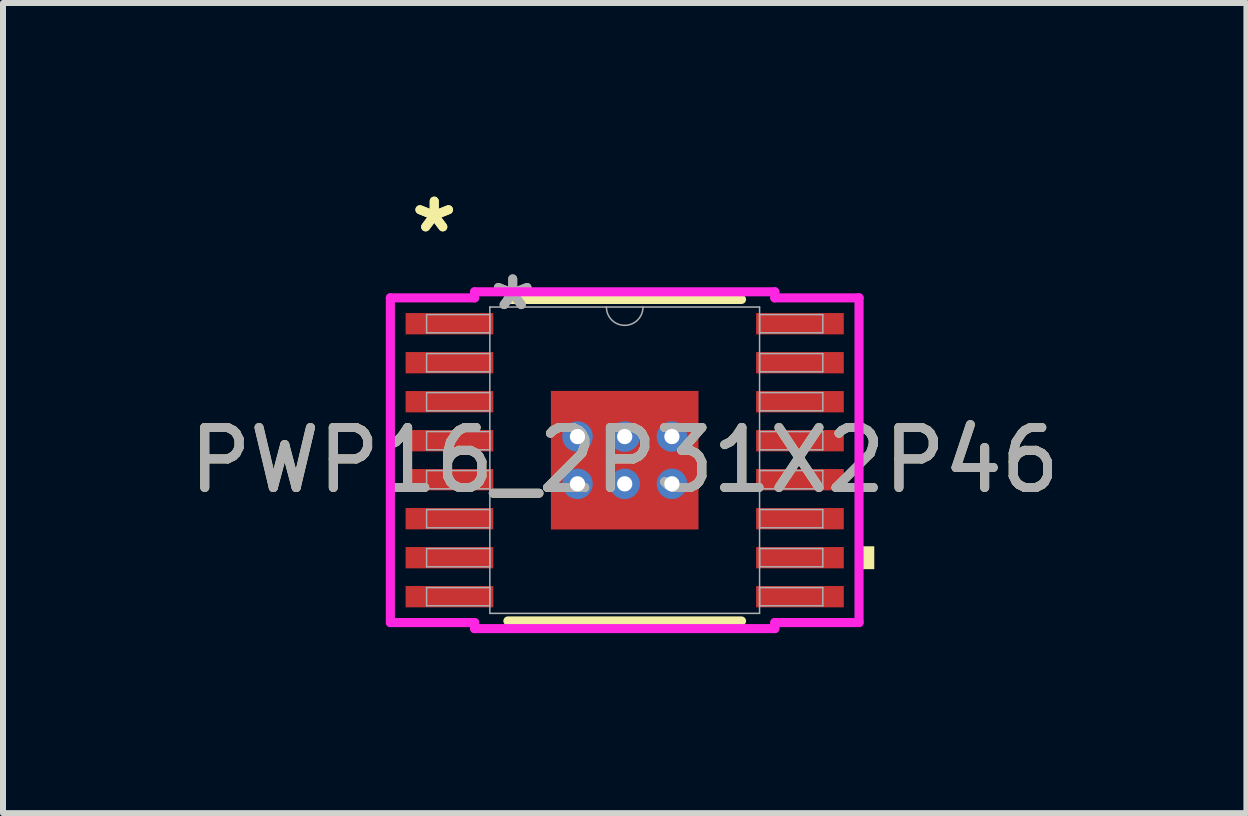
<source format=kicad_pcb>
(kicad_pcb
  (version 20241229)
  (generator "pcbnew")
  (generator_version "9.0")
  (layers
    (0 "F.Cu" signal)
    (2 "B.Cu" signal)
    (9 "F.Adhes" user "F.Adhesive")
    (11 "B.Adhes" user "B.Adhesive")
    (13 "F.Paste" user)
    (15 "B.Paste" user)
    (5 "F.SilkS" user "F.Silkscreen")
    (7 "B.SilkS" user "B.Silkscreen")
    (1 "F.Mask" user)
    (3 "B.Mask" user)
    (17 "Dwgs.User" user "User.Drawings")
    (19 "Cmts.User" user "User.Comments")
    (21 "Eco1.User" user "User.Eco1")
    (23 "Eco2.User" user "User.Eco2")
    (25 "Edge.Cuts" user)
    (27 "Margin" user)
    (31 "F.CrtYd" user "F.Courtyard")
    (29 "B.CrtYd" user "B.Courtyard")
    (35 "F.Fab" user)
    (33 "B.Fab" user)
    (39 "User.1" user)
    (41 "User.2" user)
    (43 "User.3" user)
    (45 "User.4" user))
  (footprint "PWP16_2P31X2P46"
    (layer "F.Cu")
    (at 7.363 4.621)
    (property "Reference" "PWP16_2P31X2P46" (at 0 0 0) (unlocked yes) (layer "F.SilkS") (effects (font (size 1 1) (thickness 0.15))))
    (attr smd)
    (fp_poly (pts (xy -1.294 -1.218) (xy -0.987 -1.218) (xy -0.987 1.218) (xy -1.294 1.218)) (stroke (width 0) (type solid)) (fill yes) (layer "F.Mask"))
    (fp_poly (pts (xy -1.294 -1.218) (xy 1.294 -1.218) (xy 1.294 -0.594) (xy -1.294 -0.594)) (stroke (width 0) (type solid)) (fill yes) (layer "F.Mask"))
    (fp_poly (pts (xy -1.294 -0.194) (xy 1.294 -0.194) (xy 1.294 0.194) (xy -1.294 0.194)) (stroke (width 0) (type solid)) (fill yes) (layer "F.Mask"))
    (fp_poly (pts (xy -1.294 0.594) (xy 1.294 0.594) (xy 1.294 1.218) (xy -1.294 1.218)) (stroke (width 0) (type solid)) (fill yes) (layer "F.Mask"))
    (fp_poly (pts (xy -0.2 -1.218) (xy -0.587 -1.218) (xy -0.587 1.218) (xy -0.2 1.218)) (stroke (width 0) (type solid)) (fill yes) (layer "F.Mask"))
    (fp_poly (pts (xy 0.587 -1.218) (xy 0.2 -1.218) (xy 0.2 1.218) (xy 0.587 1.218)) (stroke (width 0) (type solid)) (fill yes) (layer "F.Mask"))
    (fp_poly (pts (xy 0.987 -1.218) (xy 1.294 -1.218) (xy 1.294 1.218) (xy 0.987 1.218)) (stroke (width 0) (type solid)) (fill yes) (layer "F.Mask"))
    (fp_line (start -1.947 2.68) (end 1.947 2.68) (stroke (width 0.152) (type solid)) (layer "F.SilkS"))
    (fp_line (start 1.947 -2.68) (end -1.947 -2.68) (stroke (width 0.152) (type solid)) (layer "F.SilkS"))
    (fp_poly (pts (xy 4.16 1.435) (xy 4.16 1.816) (xy 3.906 1.816) (xy 3.906 1.435)) (stroke (width 0) (type solid)) (fill yes) (layer "F.SilkS"))
    (fp_poly (pts (xy -1.155 -1.08) (xy -1.155 -0.494) (xy -1.029 -0.494) (xy -0.887 -0.635) (xy -0.887 -1.08)) (stroke (width 0) (type solid)) (fill yes) (layer "F.Paste"))
    (fp_poly (pts (xy -1.155 0.494) (xy -1.155 1.08) (xy -0.887 1.08) (xy -0.887 0.635) (xy -1.029 0.494)) (stroke (width 0) (type solid)) (fill yes) (layer "F.Paste"))
    (fp_poly (pts (xy 0.887 -1.08) (xy 0.887 -0.635) (xy 1.029 -0.494) (xy 1.155 -0.494) (xy 1.155 -1.08)) (stroke (width 0) (type solid)) (fill yes) (layer "F.Paste"))
    (fp_poly (pts (xy 1.029 0.494) (xy 0.887 0.635) (xy 0.887 1.08) (xy 1.155 1.08) (xy 1.155 0.494)) (stroke (width 0) (type solid)) (fill yes) (layer "F.Paste"))
    (fp_poly (pts (xy -1.155 -0.294) (xy -1.155 0.294) (xy -1.029 0.294) (xy -0.887 0.152) (xy -0.887 -0.152) (xy -1.029 -0.294)) (stroke (width 0) (type solid)) (fill yes) (layer "F.Paste"))
    (fp_poly (pts (xy -0.687 -1.08) (xy -0.687 -0.635) (xy -0.546 -0.494) (xy -0.241 -0.494) (xy -0.1 -0.635) (xy -0.1 -1.08)) (stroke (width 0) (type solid)) (fill yes) (layer "F.Paste"))
    (fp_poly (pts (xy -0.546 0.494) (xy -0.687 0.635) (xy -0.687 1.08) (xy -0.1 1.08) (xy -0.1 0.635) (xy -0.241 0.494)) (stroke (width 0) (type solid)) (fill yes) (layer "F.Paste"))
    (fp_poly (pts (xy 0.1 -1.08) (xy 0.1 -0.635) (xy 0.241 -0.494) (xy 0.546 -0.494) (xy 0.687 -0.635) (xy 0.687 -1.08)) (stroke (width 0) (type solid)) (fill yes) (layer "F.Paste"))
    (fp_poly (pts (xy 0.241 0.494) (xy 0.1 0.635) (xy 0.1 1.08) (xy 0.687 1.08) (xy 0.687 0.635) (xy 0.546 0.494)) (stroke (width 0) (type solid)) (fill yes) (layer "F.Paste"))
    (fp_poly (pts (xy 1.029 -0.294) (xy 0.887 -0.152) (xy 0.887 0.152) (xy 1.029 0.294) (xy 1.155 0.294) (xy 1.155 -0.294)) (stroke (width 0) (type solid)) (fill yes) (layer "F.Paste"))
    (fp_poly (pts (xy -0.546 -0.294) (xy -0.687 -0.152) (xy -0.687 0.152) (xy -0.546 0.294) (xy -0.241 0.294) (xy -0.1 0.152) (xy -0.1 -0.152) (xy -0.241 -0.294)) (stroke (width 0) (type solid)) (fill yes) (layer "F.Paste"))
    (fp_poly (pts (xy 0.241 -0.294) (xy 0.1 -0.152) (xy 0.1 0.152) (xy 0.241 0.294) (xy 0.546 0.294) (xy 0.687 0.152) (xy 0.687 -0.152) (xy 0.546 -0.294)) (stroke (width 0) (type solid)) (fill yes) (layer "F.Paste"))
    (fp_line (start -3.906 -2.706) (end -2.502 -2.706) (stroke (width 0.152) (type solid)) (layer "F.CrtYd"))
    (fp_line (start -3.906 2.706) (end -3.906 -2.706) (stroke (width 0.152) (type solid)) (layer "F.CrtYd"))
    (fp_line (start -3.906 2.706) (end -2.502 2.706) (stroke (width 0.152) (type solid)) (layer "F.CrtYd"))
    (fp_line (start -2.502 -2.807) (end 2.502 -2.807) (stroke (width 0.152) (type solid)) (layer "F.CrtYd"))
    (fp_line (start -2.502 -2.706) (end -2.502 -2.807) (stroke (width 0.152) (type solid)) (layer "F.CrtYd"))
    (fp_line (start -2.502 2.807) (end -2.502 2.706) (stroke (width 0.152) (type solid)) (layer "F.CrtYd"))
    (fp_line (start 2.502 -2.807) (end 2.502 -2.706) (stroke (width 0.152) (type solid)) (layer "F.CrtYd"))
    (fp_line (start 2.502 2.706) (end 2.502 2.807) (stroke (width 0.152) (type solid)) (layer "F.CrtYd"))
    (fp_line (start 2.502 2.807) (end -2.502 2.807) (stroke (width 0.152) (type solid)) (layer "F.CrtYd"))
    (fp_line (start 3.906 -2.706) (end 2.502 -2.706) (stroke (width 0.152) (type solid)) (layer "F.CrtYd"))
    (fp_line (start 3.906 -2.706) (end 3.906 2.706) (stroke (width 0.152) (type solid)) (layer "F.CrtYd"))
    (fp_line (start 3.906 2.706) (end 2.502 2.706) (stroke (width 0.152) (type solid)) (layer "F.CrtYd"))
    (fp_line (start -3.302 -2.427) (end -3.302 -2.123) (stroke (width 0.025) (type solid)) (layer "F.Fab"))
    (fp_line (start -3.302 -2.123) (end -2.248 -2.123) (stroke (width 0.025) (type solid)) (layer "F.Fab"))
    (fp_line (start -3.302 -1.777) (end -3.302 -1.473) (stroke (width 0.025) (type solid)) (layer "F.Fab"))
    (fp_line (start -3.302 -1.473) (end -2.248 -1.473) (stroke (width 0.025) (type solid)) (layer "F.Fab"))
    (fp_line (start -3.302 -1.127) (end -3.302 -0.823) (stroke (width 0.025) (type solid)) (layer "F.Fab"))
    (fp_line (start -3.302 -0.823) (end -2.248 -0.823) (stroke (width 0.025) (type solid)) (layer "F.Fab"))
    (fp_line (start -3.302 -0.477) (end -3.302 -0.173) (stroke (width 0.025) (type solid)) (layer "F.Fab"))
    (fp_line (start -3.302 -0.173) (end -2.248 -0.173) (stroke (width 0.025) (type solid)) (layer "F.Fab"))
    (fp_line (start -3.302 0.173) (end -3.302 0.477) (stroke (width 0.025) (type solid)) (layer "F.Fab"))
    (fp_line (start -3.302 0.477) (end -2.248 0.477) (stroke (width 0.025) (type solid)) (layer "F.Fab"))
    (fp_line (start -3.302 0.823) (end -3.302 1.127) (stroke (width 0.025) (type solid)) (layer "F.Fab"))
    (fp_line (start -3.302 1.127) (end -2.248 1.127) (stroke (width 0.025) (type solid)) (layer "F.Fab"))
    (fp_line (start -3.302 1.473) (end -3.302 1.777) (stroke (width 0.025) (type solid)) (layer "F.Fab"))
    (fp_line (start -3.302 1.777) (end -2.248 1.777) (stroke (width 0.025) (type solid)) (layer "F.Fab"))
    (fp_line (start -3.302 2.123) (end -3.302 2.427) (stroke (width 0.025) (type solid)) (layer "F.Fab"))
    (fp_line (start -3.302 2.427) (end -2.248 2.427) (stroke (width 0.025) (type solid)) (layer "F.Fab"))
    (fp_line (start -2.248 -2.553) (end -2.248 2.553) (stroke (width 0.025) (type solid)) (layer "F.Fab"))
    (fp_line (start -2.248 -2.427) (end -3.302 -2.427) (stroke (width 0.025) (type solid)) (layer "F.Fab"))
    (fp_line (start -2.248 -2.123) (end -2.248 -2.427) (stroke (width 0.025) (type solid)) (layer "F.Fab"))
    (fp_line (start -2.248 -1.777) (end -3.302 -1.777) (stroke (width 0.025) (type solid)) (layer "F.Fab"))
    (fp_line (start -2.248 -1.473) (end -2.248 -1.777) (stroke (width 0.025) (type solid)) (layer "F.Fab"))
    (fp_line (start -2.248 -1.127) (end -3.302 -1.127) (stroke (width 0.025) (type solid)) (layer "F.Fab"))
    (fp_line (start -2.248 -0.823) (end -2.248 -1.127) (stroke (width 0.025) (type solid)) (layer "F.Fab"))
    (fp_line (start -2.248 -0.477) (end -3.302 -0.477) (stroke (width 0.025) (type solid)) (layer "F.Fab"))
    (fp_line (start -2.248 -0.173) (end -2.248 -0.477) (stroke (width 0.025) (type solid)) (layer "F.Fab"))
    (fp_line (start -2.248 0.173) (end -3.302 0.173) (stroke (width 0.025) (type solid)) (layer "F.Fab"))
    (fp_line (start -2.248 0.477) (end -2.248 0.173) (stroke (width 0.025) (type solid)) (layer "F.Fab"))
    (fp_line (start -2.248 0.823) (end -3.302 0.823) (stroke (width 0.025) (type solid)) (layer "F.Fab"))
    (fp_line (start -2.248 1.127) (end -2.248 0.823) (stroke (width 0.025) (type solid)) (layer "F.Fab"))
    (fp_line (start -2.248 1.473) (end -3.302 1.473) (stroke (width 0.025) (type solid)) (layer "F.Fab"))
    (fp_line (start -2.248 1.777) (end -2.248 1.473) (stroke (width 0.025) (type solid)) (layer "F.Fab"))
    (fp_line (start -2.248 2.123) (end -3.302 2.123) (stroke (width 0.025) (type solid)) (layer "F.Fab"))
    (fp_line (start -2.248 2.427) (end -2.248 2.123) (stroke (width 0.025) (type solid)) (layer "F.Fab"))
    (fp_line (start -2.248 2.553) (end 2.248 2.553) (stroke (width 0.025) (type solid)) (layer "F.Fab"))
    (fp_line (start 2.248 -2.553) (end -2.248 -2.553) (stroke (width 0.025) (type solid)) (layer "F.Fab"))
    (fp_line (start 2.248 -2.427) (end 2.248 -2.123) (stroke (width 0.025) (type solid)) (layer "F.Fab"))
    (fp_line (start 2.248 -2.123) (end 3.302 -2.123) (stroke (width 0.025) (type solid)) (layer "F.Fab"))
    (fp_line (start 2.248 -1.777) (end 2.248 -1.473) (stroke (width 0.025) (type solid)) (layer "F.Fab"))
    (fp_line (start 2.248 -1.473) (end 3.302 -1.473) (stroke (width 0.025) (type solid)) (layer "F.Fab"))
    (fp_line (start 2.248 -1.127) (end 2.248 -0.823) (stroke (width 0.025) (type solid)) (layer "F.Fab"))
    (fp_line (start 2.248 -0.823) (end 3.302 -0.823) (stroke (width 0.025) (type solid)) (layer "F.Fab"))
    (fp_line (start 2.248 -0.477) (end 2.248 -0.173) (stroke (width 0.025) (type solid)) (layer "F.Fab"))
    (fp_line (start 2.248 -0.173) (end 3.302 -0.173) (stroke (width 0.025) (type solid)) (layer "F.Fab"))
    (fp_line (start 2.248 0.173) (end 2.248 0.477) (stroke (width 0.025) (type solid)) (layer "F.Fab"))
    (fp_line (start 2.248 0.477) (end 3.302 0.477) (stroke (width 0.025) (type solid)) (layer "F.Fab"))
    (fp_line (start 2.248 0.823) (end 2.248 1.127) (stroke (width 0.025) (type solid)) (layer "F.Fab"))
    (fp_line (start 2.248 1.127) (end 3.302 1.127) (stroke (width 0.025) (type solid)) (layer "F.Fab"))
    (fp_line (start 2.248 1.473) (end 2.248 1.777) (stroke (width 0.025) (type solid)) (layer "F.Fab"))
    (fp_line (start 2.248 1.777) (end 3.302 1.777) (stroke (width 0.025) (type solid)) (layer "F.Fab"))
    (fp_line (start 2.248 2.123) (end 2.248 2.427) (stroke (width 0.025) (type solid)) (layer "F.Fab"))
    (fp_line (start 2.248 2.427) (end 3.302 2.427) (stroke (width 0.025) (type solid)) (layer "F.Fab"))
    (fp_line (start 2.248 2.553) (end 2.248 -2.553) (stroke (width 0.025) (type solid)) (layer "F.Fab"))
    (fp_line (start 3.302 -2.427) (end 2.248 -2.427) (stroke (width 0.025) (type solid)) (layer "F.Fab"))
    (fp_line (start 3.302 -2.123) (end 3.302 -2.427) (stroke (width 0.025) (type solid)) (layer "F.Fab"))
    (fp_line (start 3.302 -1.777) (end 2.248 -1.777) (stroke (width 0.025) (type solid)) (layer "F.Fab"))
    (fp_line (start 3.302 -1.473) (end 3.302 -1.777) (stroke (width 0.025) (type solid)) (layer "F.Fab"))
    (fp_line (start 3.302 -1.127) (end 2.248 -1.127) (stroke (width 0.025) (type solid)) (layer "F.Fab"))
    (fp_line (start 3.302 -0.823) (end 3.302 -1.127) (stroke (width 0.025) (type solid)) (layer "F.Fab"))
    (fp_line (start 3.302 -0.477) (end 2.248 -0.477) (stroke (width 0.025) (type solid)) (layer "F.Fab"))
    (fp_line (start 3.302 -0.173) (end 3.302 -0.477) (stroke (width 0.025) (type solid)) (layer "F.Fab"))
    (fp_line (start 3.302 0.173) (end 2.248 0.173) (stroke (width 0.025) (type solid)) (layer "F.Fab"))
    (fp_line (start 3.302 0.477) (end 3.302 0.173) (stroke (width 0.025) (type solid)) (layer "F.Fab"))
    (fp_line (start 3.302 0.823) (end 2.248 0.823) (stroke (width 0.025) (type solid)) (layer "F.Fab"))
    (fp_line (start 3.302 1.127) (end 3.302 0.823) (stroke (width 0.025) (type solid)) (layer "F.Fab"))
    (fp_line (start 3.302 1.473) (end 2.248 1.473) (stroke (width 0.025) (type solid)) (layer "F.Fab"))
    (fp_line (start 3.302 1.777) (end 3.302 1.473) (stroke (width 0.025) (type solid)) (layer "F.Fab"))
    (fp_line (start 3.302 2.123) (end 2.248 2.123) (stroke (width 0.025) (type solid)) (layer "F.Fab"))
    (fp_line (start 3.302 2.427) (end 3.302 2.123) (stroke (width 0.025) (type solid)) (layer "F.Fab"))
    (fp_arc (start 0.3048 -2.5527) (mid 0 -2.2479) (end -0.3048 -2.5527) (stroke (width 0.0254) (type solid)) (layer "F.Fab"))
    (fp_text user "*" (at -3.175 -3.773 0) (layer "F.SilkS") (effects (font (size 1 1) (thickness 0.15))))
    (fp_text user "*" (at -3.175 -3.773 0) (unlocked yes) (layer "F.SilkS") (effects (font (size 1 1) (thickness 0.15))))
    (fp_text user "${REFERENCE}" (at 0 0 0) (unlocked yes) (layer "F.Fab") (effects (font (size 1 1) (thickness 0.15))))
    (fp_text user "*" (at -1.867 -2.477 0) (unlocked yes) (layer "F.Fab") (effects (font (size 1 1) (thickness 0.15))))
    (fp_text user "*" (at -1.867 -2.477 0) (layer "F.Fab") (effects (font (size 1 1) (thickness 0.15))))
    (pad "1" smd rect (at -2.921 -2.275) (size 1.462 0.355) (layers "F.Cu" "F.Mask" "F.Paste"))
    (pad "2" smd rect (at -2.921 -1.625) (size 1.462 0.355) (layers "F.Cu" "F.Mask" "F.Paste"))
    (pad "3" smd rect (at -2.921 -0.975) (size 1.462 0.355) (layers "F.Cu" "F.Mask" "F.Paste"))
    (pad "4" smd rect (at -2.921 -0.325) (size 1.462 0.355) (layers "F.Cu" "F.Mask" "F.Paste"))
    (pad "5" smd rect (at -2.921 0.325) (size 1.462 0.355) (layers "F.Cu" "F.Mask" "F.Paste"))
    (pad "6" smd rect (at -2.921 0.975) (size 1.462 0.355) (layers "F.Cu" "F.Mask" "F.Paste"))
    (pad "7" smd rect (at -2.921 1.625) (size 1.462 0.355) (layers "F.Cu" "F.Mask" "F.Paste"))
    (pad "8" smd rect (at -2.921 2.275) (size 1.462 0.355) (layers "F.Cu" "F.Mask" "F.Paste"))
    (pad "9" smd rect (at 2.921 2.275) (size 1.462 0.355) (layers "F.Cu" "F.Mask" "F.Paste"))
    (pad "10" smd rect (at 2.921 1.625) (size 1.462 0.355) (layers "F.Cu" "F.Mask" "F.Paste"))
    (pad "11" smd rect (at 2.921 0.975) (size 1.462 0.355) (layers "F.Cu" "F.Mask" "F.Paste"))
    (pad "12" smd rect (at 2.921 0.325) (size 1.462 0.355) (layers "F.Cu" "F.Mask" "F.Paste"))
    (pad "13" smd rect (at 2.921 -0.325) (size 1.462 0.355) (layers "F.Cu" "F.Mask" "F.Paste"))
    (pad "14" smd rect (at 2.921 -0.975) (size 1.462 0.355) (layers "F.Cu" "F.Mask" "F.Paste"))
    (pad "15" smd rect (at 2.921 -1.625) (size 1.462 0.355) (layers "F.Cu" "F.Mask" "F.Paste"))
    (pad "16" smd rect (at 2.921 -2.275) (size 1.462 0.355) (layers "F.Cu" "F.Mask" "F.Paste"))
    (pad "EPAD" smd rect (at 0 0) (size 2.46 2.31) (layers "F.Cu"))
    (pad "V" thru_hole circle (at -0.787 -0.394) (size 0.508 0.508) (drill 0.254) (layers "*.Cu" "*.Mask"))
    (pad "V" thru_hole circle (at -0.787 0.394) (size 0.508 0.508) (drill 0.254) (layers "*.Cu" "*.Mask"))
    (pad "V" thru_hole circle (at 0 -0.394) (size 0.508 0.508) (drill 0.254) (layers "*.Cu" "*.Mask"))
    (pad "V" thru_hole circle (at 0 0.394) (size 0.508 0.508) (drill 0.254) (layers "*.Cu" "*.Mask"))
    (pad "V" thru_hole circle (at 0.787 -0.394) (size 0.508 0.508) (drill 0.254) (layers "*.Cu" "*.Mask"))
    (pad "V" thru_hole circle (at 0.787 0.394) (size 0.508 0.508) (drill 0.254) (layers "*.Cu" "*.Mask")))
  (gr_rect
    (start -3 -3)
    (end 17.726 10.504)
    (stroke (width 0.1) (type default))
    (fill no)
    (layer "Edge.Cuts")))
</source>
